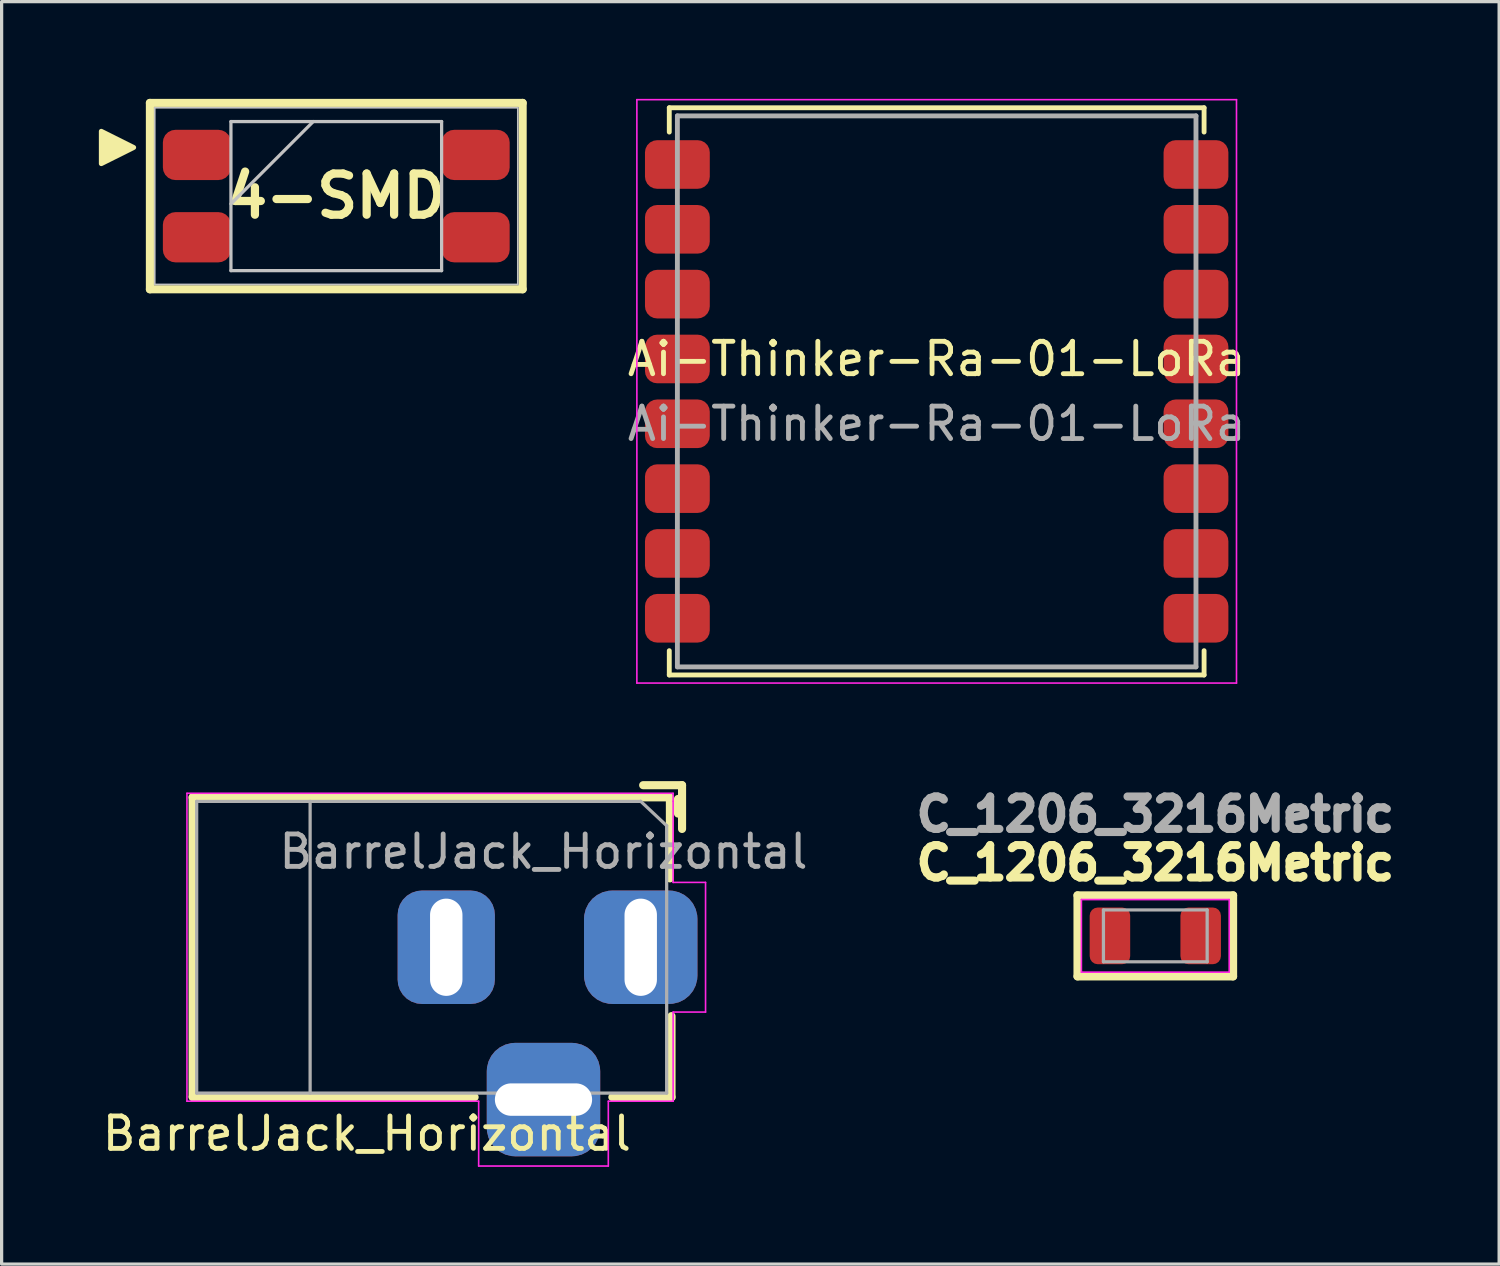
<source format=kicad_pcb>
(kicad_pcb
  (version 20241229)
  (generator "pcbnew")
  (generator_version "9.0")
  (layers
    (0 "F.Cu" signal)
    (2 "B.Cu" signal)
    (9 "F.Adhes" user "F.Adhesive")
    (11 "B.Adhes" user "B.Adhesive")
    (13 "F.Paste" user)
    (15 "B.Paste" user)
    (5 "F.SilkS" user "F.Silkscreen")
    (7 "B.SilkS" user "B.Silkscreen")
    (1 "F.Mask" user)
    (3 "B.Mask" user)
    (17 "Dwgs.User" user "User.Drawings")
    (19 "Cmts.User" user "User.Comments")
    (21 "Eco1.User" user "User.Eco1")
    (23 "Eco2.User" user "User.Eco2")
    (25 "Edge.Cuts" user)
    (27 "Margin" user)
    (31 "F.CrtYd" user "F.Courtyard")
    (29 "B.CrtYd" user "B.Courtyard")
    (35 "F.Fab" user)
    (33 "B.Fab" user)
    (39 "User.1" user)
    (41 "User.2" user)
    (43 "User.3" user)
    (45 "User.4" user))
  (footprint "Ai-Thinker-Ra-01-LoRa"
    (layer "F.Cu")
    (at 25.849 9.025)
    (property "Reference" "Ai-Thinker-Ra-01-LoRa" (at 0 -1 0) (layer "F.SilkS") (effects (font (size 1 1) (thickness 0.15))))
    (attr smd)
    (fp_line (start -8.25 -8.75) (end 8.25 -8.75) (stroke (width 0.15) (type solid)) (layer "F.SilkS"))
    (fp_line (start -8.25 -8) (end -8.25 -8.75) (stroke (width 0.15) (type solid)) (layer "F.SilkS"))
    (fp_line (start -8.25 8) (end -8.25 8.75) (stroke (width 0.15) (type solid)) (layer "F.SilkS"))
    (fp_line (start -8.25 8.75) (end 8.25 8.75) (stroke (width 0.15) (type solid)) (layer "F.SilkS"))
    (fp_line (start 8.25 -8.75) (end 8.25 -8) (stroke (width 0.15) (type solid)) (layer "F.SilkS"))
    (fp_line (start 8.25 8.75) (end 8.25 8) (stroke (width 0.15) (type solid)) (layer "F.SilkS"))
    (fp_line (start -9.25 -9) (end 9.25 -9) (stroke (width 0.05) (type solid)) (layer "F.CrtYd"))
    (fp_line (start -9.25 9) (end -9.25 -9) (stroke (width 0.05) (type solid)) (layer "F.CrtYd"))
    (fp_line (start 9.25 -9) (end 9.25 9) (stroke (width 0.05) (type solid)) (layer "F.CrtYd"))
    (fp_line (start 9.25 9) (end -9.25 9) (stroke (width 0.05) (type solid)) (layer "F.CrtYd"))
    (fp_line (start -8 -8.5) (end 8 -8.5) (stroke (width 0.15) (type solid)) (layer "F.Fab"))
    (fp_line (start -8 8.5) (end -8 -8.5) (stroke (width 0.15) (type solid)) (layer "F.Fab"))
    (fp_line (start 8 -8.5) (end 8 8.5) (stroke (width 0.15) (type solid)) (layer "F.Fab"))
    (fp_line (start 8 8.5) (end -8 8.5) (stroke (width 0.15) (type solid)) (layer "F.Fab"))
    (fp_text user "${REFERENCE}" (at 0 1 0) (layer "F.Fab") (effects (font (size 1 1) (thickness 0.15))))
    (pad "1" smd roundrect (at -8 -7) (size 2 1.5) (layers "F.Cu" "F.Mask" "F.Paste") (roundrect_rratio 0.25))
    (pad "2" smd roundrect (at -8 -5) (size 2 1.5) (layers "F.Cu" "F.Mask" "F.Paste") (roundrect_rratio 0.25))
    (pad "3" smd roundrect (at -8 -3) (size 2 1.5) (layers "F.Cu" "F.Mask" "F.Paste") (roundrect_rratio 0.25))
    (pad "4" smd roundrect (at -8 -1) (size 2 1.5) (layers "F.Cu" "F.Mask" "F.Paste") (roundrect_rratio 0.25))
    (pad "5" smd roundrect (at -8 1) (size 2 1.5) (layers "F.Cu" "F.Mask" "F.Paste") (roundrect_rratio 0.25))
    (pad "6" smd roundrect (at -8 3) (size 2 1.5) (layers "F.Cu" "F.Mask" "F.Paste") (roundrect_rratio 0.25))
    (pad "7" smd roundrect (at -8 5) (size 2 1.5) (layers "F.Cu" "F.Mask" "F.Paste") (roundrect_rratio 0.25))
    (pad "8" smd roundrect (at -8 7) (size 2 1.5) (layers "F.Cu" "F.Mask" "F.Paste") (roundrect_rratio 0.25))
    (pad "9" smd roundrect (at 8 7) (size 2 1.5) (layers "F.Cu" "F.Mask" "F.Paste") (roundrect_rratio 0.25))
    (pad "10" smd roundrect (at 8 5) (size 2 1.5) (layers "F.Cu" "F.Mask" "F.Paste") (roundrect_rratio 0.25))
    (pad "11" smd roundrect (at 8 3) (size 2 1.5) (layers "F.Cu" "F.Mask" "F.Paste") (roundrect_rratio 0.25))
    (pad "12" smd roundrect (at 8 1) (size 2 1.5) (layers "F.Cu" "F.Mask" "F.Paste") (roundrect_rratio 0.25))
    (pad "13" smd roundrect (at 8 -1) (size 2 1.5) (layers "F.Cu" "F.Mask" "F.Paste") (roundrect_rratio 0.25))
    (pad "14" smd roundrect (at 8 -3) (size 2 1.5) (layers "F.Cu" "F.Mask" "F.Paste") (roundrect_rratio 0.25))
    (pad "15" smd roundrect (at 8 -5) (size 2 1.5) (layers "F.Cu" "F.Mask" "F.Paste") (roundrect_rratio 0.25))
    (pad "16" smd roundrect (at 8 -7) (size 2 1.5) (layers "F.Cu" "F.Mask" "F.Paste") (roundrect_rratio 0.25)))
  (footprint "4-SMD"
    (layer "F.Cu")
    (at 7.325 3)
    (property "Reference" "4-SMD" (at 0 0 0) (layer "F.SilkS") (effects (font (size 1.27 1.27) (thickness 0.254))))
    (attr smd)
    (fp_line (start -5.75 -2.875) (end 5.75 -2.875) (stroke (width 0.25) (type solid)) (layer "F.SilkS"))
    (fp_line (start -5.75 2.875) (end -5.75 -2.875) (stroke (width 0.25) (type solid)) (layer "F.SilkS"))
    (fp_line (start 5.75 -2.875) (end 5.75 2.875) (stroke (width 0.25) (type solid)) (layer "F.SilkS"))
    (fp_line (start 5.75 2.875) (end -5.75 2.875) (stroke (width 0.25) (type solid)) (layer "F.SilkS"))
    (fp_poly (pts (xy -6.25 -1.5) (xy -7.25 -2) (xy -7.25 -1)) (stroke (width 0.15) (type solid)) (fill yes) (layer "F.SilkS"))
    (fp_line (start -5.6 -2.725) (end 5.6 -2.725) (stroke (width 0.05) (type solid)) (layer "Dwgs.User"))
    (fp_line (start -5.6 2.725) (end -5.6 -2.725) (stroke (width 0.05) (type solid)) (layer "Dwgs.User"))
    (fp_line (start -3.25 -2.3) (end 3.25 -2.3) (stroke (width 0.1) (type solid)) (layer "Dwgs.User"))
    (fp_line (start -3.25 0.24) (end -0.71 -2.3) (stroke (width 0.1) (type solid)) (layer "Dwgs.User"))
    (fp_line (start -3.25 2.3) (end -3.25 -2.3) (stroke (width 0.1) (type solid)) (layer "Dwgs.User"))
    (fp_line (start 3.25 -2.3) (end 3.25 2.3) (stroke (width 0.1) (type solid)) (layer "Dwgs.User"))
    (fp_line (start 3.25 2.3) (end -3.25 2.3) (stroke (width 0.1) (type solid)) (layer "Dwgs.User"))
    (fp_line (start 5.6 -2.725) (end 5.6 2.725) (stroke (width 0.05) (type solid)) (layer "Dwgs.User"))
    (fp_line (start 5.6 2.725) (end -5.6 2.725) (stroke (width 0.05) (type solid)) (layer "Dwgs.User"))
    (pad "1" smd roundrect (at -4.3 -1.27 90) (size 1.55 2.1) (layers "F.Cu" "F.Mask" "F.Paste") (roundrect_rratio 0.25))
    (pad "2" smd roundrect (at -4.3 1.27 90) (size 1.55 2.1) (layers "F.Cu" "F.Mask" "F.Paste") (roundrect_rratio 0.25))
    (pad "3" smd roundrect (at 4.3 1.27 90) (size 1.55 2.1) (layers "F.Cu" "F.Mask" "F.Paste") (roundrect_rratio 0.25))
    (pad "4" smd roundrect (at 4.3 -1.27 90) (size 1.55 2.1) (layers "F.Cu" "F.Mask" "F.Paste") (roundrect_rratio 0.25)))
  (footprint "BarrelJack_Horizontal"
    (layer "F.Cu")
    (at 16.718 26.175)
    (property "Reference" "BarrelJack_Horizontal" (at -8.45 5.75 0) (layer "F.SilkS") (effects (font (size 1 1) (thickness 0.15))))
    (attr through_hole)
    (fp_line (start -13.825 -4.625) (end 0.9 -4.625) (stroke (width 0.25) (type solid)) (layer "F.SilkS"))
    (fp_line (start -13.825 4.6) (end -13.825 -4.625) (stroke (width 0.25) (type solid)) (layer "F.SilkS"))
    (fp_line (start -5.125 4.625) (end -13.825 4.625) (stroke (width 0.25) (type solid)) (layer "F.SilkS"))
    (fp_line (start 0.075 -5) (end 1.275 -5) (stroke (width 0.25) (type solid)) (layer "F.SilkS"))
    (fp_line (start 0.9 -4.6) (end 0.9 -2.125) (stroke (width 0.25) (type solid)) (layer "F.SilkS"))
    (fp_line (start 0.95 2.125) (end 0.95 4.625) (stroke (width 0.25) (type solid)) (layer "F.SilkS"))
    (fp_line (start 0.95 4.625) (end -0.875 4.625) (stroke (width 0.25) (type solid)) (layer "F.SilkS"))
    (fp_line (start 1.15 -4.125) (end 1.15 -4.575) (stroke (width 0.25) (type solid)) (layer "F.SilkS"))
    (fp_line (start 1.275 -3.65) (end 1.275 -5) (stroke (width 0.25) (type solid)) (layer "F.SilkS"))
    (fp_line (start -14 4.75) (end -14 -4.75) (stroke (width 0.05) (type solid)) (layer "F.CrtYd"))
    (fp_line (start -5 4.75) (end -14 4.75) (stroke (width 0.05) (type solid)) (layer "F.CrtYd"))
    (fp_line (start -5 6.75) (end -5 4.75) (stroke (width 0.05) (type solid)) (layer "F.CrtYd"))
    (fp_line (start -1 4.75) (end -1 6.75) (stroke (width 0.05) (type solid)) (layer "F.CrtYd"))
    (fp_line (start -1 6.75) (end -5 6.75) (stroke (width 0.05) (type solid)) (layer "F.CrtYd"))
    (fp_line (start 1 -4.75) (end -14 -4.75) (stroke (width 0.05) (type solid)) (layer "F.CrtYd"))
    (fp_line (start 1 -4.5) (end 1 -4.75) (stroke (width 0.05) (type solid)) (layer "F.CrtYd"))
    (fp_line (start 1 -4.5) (end 1 -2) (stroke (width 0.05) (type solid)) (layer "F.CrtYd"))
    (fp_line (start 1 -2) (end 2 -2) (stroke (width 0.05) (type solid)) (layer "F.CrtYd"))
    (fp_line (start 1 2) (end 1 4.75) (stroke (width 0.05) (type solid)) (layer "F.CrtYd"))
    (fp_line (start 1 4.75) (end -1 4.75) (stroke (width 0.05) (type solid)) (layer "F.CrtYd"))
    (fp_line (start 2 -2) (end 2 2) (stroke (width 0.05) (type solid)) (layer "F.CrtYd"))
    (fp_line (start 2 2) (end 1 2) (stroke (width 0.05) (type solid)) (layer "F.CrtYd"))
    (fp_line (start -13.7 -4.5) (end -13.7 4.5) (stroke (width 0.1) (type solid)) (layer "F.Fab"))
    (fp_line (start -13.7 4.5) (end 0.8 4.5) (stroke (width 0.1) (type solid)) (layer "F.Fab"))
    (fp_line (start -10.2 -4.5) (end -10.2 4.5) (stroke (width 0.1) (type solid)) (layer "F.Fab"))
    (fp_line (start -0.003 -4.505) (end 0.8 -3.75) (stroke (width 0.1) (type solid)) (layer "F.Fab"))
    (fp_line (start 0 -4.5) (end -13.7 -4.5) (stroke (width 0.1) (type solid)) (layer "F.Fab"))
    (fp_line (start 0.8 4.5) (end 0.8 -3.75) (stroke (width 0.1) (type solid)) (layer "F.Fab"))
    (fp_text user "${REFERENCE}" (at -3 -2.95 0) (layer "F.Fab") (effects (font (size 1 1) (thickness 0.15))))
    (pad "1" thru_hole roundrect (at 0 0) (size 3.5 3.5) (drill oval 1 3) (layers "*.Cu" "*.Mask") (roundrect_rratio 0.25))
    (pad "2" thru_hole roundrect (at -6 0) (size 3 3.5) (drill oval 1 3) (layers "*.Cu" "*.Mask") (roundrect_rratio 0.25))
    (pad "3" thru_hole roundrect (at -3 4.7) (size 3.5 3.5) (drill oval 3 1) (layers "*.Cu" "*.Mask") (roundrect_rratio 0.25)))
  (footprint "C_1206_3216Metric"
    (layer "F.Cu")
    (at 32.594 25.824)
    (property "Reference" "C_1206_3216Metric" (at 0 -2.25 0) (layer "F.SilkS") (effects (font (size 1 1) (thickness 0.25))))
    (attr smd)
    (fp_line (start -2.4 -1.25) (end 2.4 -1.25) (stroke (width 0.25) (type solid)) (layer "F.SilkS"))
    (fp_line (start -2.4 1.25) (end -2.4 -1.25) (stroke (width 0.25) (type solid)) (layer "F.SilkS"))
    (fp_line (start -2.4 1.25) (end 2.4 1.25) (stroke (width 0.25) (type solid)) (layer "F.SilkS"))
    (fp_line (start 2.4 1.25) (end 2.4 -1.25) (stroke (width 0.25) (type solid)) (layer "F.SilkS"))
    (fp_line (start -2.28 -1.12) (end 2.28 -1.12) (stroke (width 0.05) (type solid)) (layer "F.CrtYd"))
    (fp_line (start -2.28 1.12) (end -2.28 -1.12) (stroke (width 0.05) (type solid)) (layer "F.CrtYd"))
    (fp_line (start 2.28 -1.12) (end 2.28 1.12) (stroke (width 0.05) (type solid)) (layer "F.CrtYd"))
    (fp_line (start 2.28 1.12) (end -2.28 1.12) (stroke (width 0.05) (type solid)) (layer "F.CrtYd"))
    (fp_line (start -1.6 -0.8) (end 1.6 -0.8) (stroke (width 0.1) (type solid)) (layer "F.Fab"))
    (fp_line (start -1.6 0.8) (end -1.6 -0.8) (stroke (width 0.1) (type solid)) (layer "F.Fab"))
    (fp_line (start 1.6 -0.8) (end 1.6 0.8) (stroke (width 0.1) (type solid)) (layer "F.Fab"))
    (fp_line (start 1.6 0.8) (end -1.6 0.8) (stroke (width 0.1) (type solid)) (layer "F.Fab"))
    (fp_text user "${REFERENCE}" (at 0 -3.75 0) (layer "F.Fab") (effects (font (size 1 1) (thickness 0.25))))
    (pad "1" smd roundrect (at -1.4 0) (size 1.25 1.75) (layers "F.Cu" "F.Mask" "F.Paste") (roundrect_rratio 0.2))
    (pad "2" smd roundrect (at 1.4 0) (size 1.25 1.75) (layers "F.Cu" "F.Mask" "F.Paste") (roundrect_rratio 0.2)))
  (gr_rect
    (start -3 -3)
    (end 43.202 35.95)
    (stroke (width 0.1) (type default))
    (fill no)
    (layer "Edge.Cuts")))
</source>
